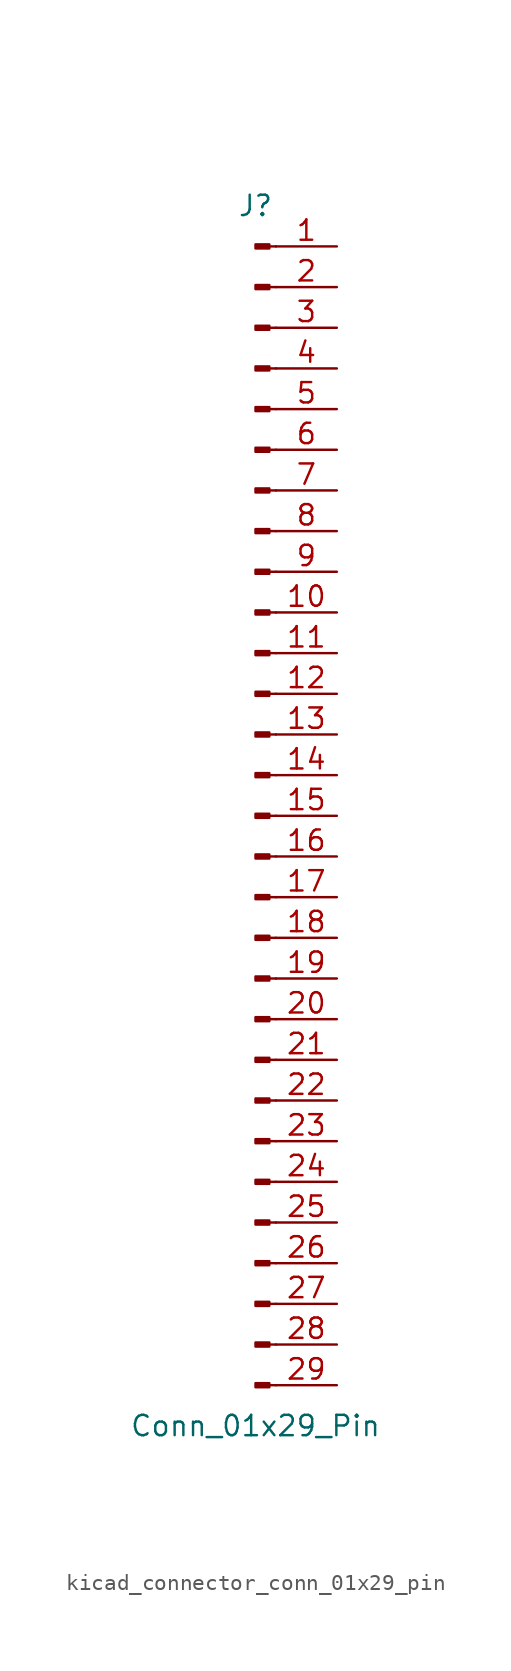
<source format=kicad_sym>
(kicad_symbol_lib
  (version 20220914)
  (generator kicad_symbol_editor)
  (symbol "kicad_connector_conn_01x29_pin"
    (pin_names
      (offset 1.016) hide)
    (property "Reference" "J"
      (at 0 38.1 0)
      (effects (font (size 1.27 1.27))))
    (property "Value" "Conn_01x29_Pin"
      (at 0 -38.1 0)
      (effects (font (size 1.27 1.27))))
    (property "ki_locked" ""
      (at 0 0 0)
      (effects (font (size 1.27 1.27))))
    (symbol "kicad_connector_conn_01x29_pin_1_1"
      (polyline (pts (xy 1.27 -35.56) (xy 0.864 -35.56)) (stroke (width 0.152) (type default)) (fill (type none)))
      (polyline (pts (xy 1.27 -33.02) (xy 0.864 -33.02)) (stroke (width 0.152) (type default)) (fill (type none)))
      (polyline (pts (xy 1.27 -30.48) (xy 0.864 -30.48)) (stroke (width 0.152) (type default)) (fill (type none)))
      (polyline (pts (xy 1.27 -27.94) (xy 0.864 -27.94)) (stroke (width 0.152) (type default)) (fill (type none)))
      (polyline (pts (xy 1.27 -25.4) (xy 0.864 -25.4)) (stroke (width 0.152) (type default)) (fill (type none)))
      (polyline (pts (xy 1.27 -22.86) (xy 0.864 -22.86)) (stroke (width 0.152) (type default)) (fill (type none)))
      (polyline (pts (xy 1.27 -20.32) (xy 0.864 -20.32)) (stroke (width 0.152) (type default)) (fill (type none)))
      (polyline (pts (xy 1.27 -17.78) (xy 0.864 -17.78)) (stroke (width 0.152) (type default)) (fill (type none)))
      (polyline (pts (xy 1.27 -15.24) (xy 0.864 -15.24)) (stroke (width 0.152) (type default)) (fill (type none)))
      (polyline (pts (xy 1.27 -12.7) (xy 0.864 -12.7)) (stroke (width 0.152) (type default)) (fill (type none)))
      (polyline (pts (xy 1.27 -10.16) (xy 0.864 -10.16)) (stroke (width 0.152) (type default)) (fill (type none)))
      (polyline (pts (xy 1.27 -7.62) (xy 0.864 -7.62)) (stroke (width 0.152) (type default)) (fill (type none)))
      (polyline (pts (xy 1.27 -5.08) (xy 0.864 -5.08)) (stroke (width 0.152) (type default)) (fill (type none)))
      (polyline (pts (xy 1.27 -2.54) (xy 0.864 -2.54)) (stroke (width 0.152) (type default)) (fill (type none)))
      (polyline (pts (xy 1.27 0) (xy 0.864 0)) (stroke (width 0.152) (type default)) (fill (type none)))
      (polyline (pts (xy 1.27 2.54) (xy 0.864 2.54)) (stroke (width 0.152) (type default)) (fill (type none)))
      (polyline (pts (xy 1.27 5.08) (xy 0.864 5.08)) (stroke (width 0.152) (type default)) (fill (type none)))
      (polyline (pts (xy 1.27 7.62) (xy 0.864 7.62)) (stroke (width 0.152) (type default)) (fill (type none)))
      (polyline (pts (xy 1.27 10.16) (xy 0.864 10.16)) (stroke (width 0.152) (type default)) (fill (type none)))
      (polyline (pts (xy 1.27 12.7) (xy 0.864 12.7)) (stroke (width 0.152) (type default)) (fill (type none)))
      (polyline (pts (xy 1.27 15.24) (xy 0.864 15.24)) (stroke (width 0.152) (type default)) (fill (type none)))
      (polyline (pts (xy 1.27 17.78) (xy 0.864 17.78)) (stroke (width 0.152) (type default)) (fill (type none)))
      (polyline (pts (xy 1.27 20.32) (xy 0.864 20.32)) (stroke (width 0.152) (type default)) (fill (type none)))
      (polyline (pts (xy 1.27 22.86) (xy 0.864 22.86)) (stroke (width 0.152) (type default)) (fill (type none)))
      (polyline (pts (xy 1.27 25.4) (xy 0.864 25.4)) (stroke (width 0.152) (type default)) (fill (type none)))
      (polyline (pts (xy 1.27 27.94) (xy 0.864 27.94)) (stroke (width 0.152) (type default)) (fill (type none)))
      (polyline (pts (xy 1.27 30.48) (xy 0.864 30.48)) (stroke (width 0.152) (type default)) (fill (type none)))
      (polyline (pts (xy 1.27 33.02) (xy 0.864 33.02)) (stroke (width 0.152) (type default)) (fill (type none)))
      (polyline (pts (xy 1.27 35.56) (xy 0.864 35.56)) (stroke (width 0.152) (type default)) (fill (type none)))
      (rectangle (start 0.864 -35.433) (end 0 -35.687) (stroke (width 0.152) (type default)) (fill (type outline)))
      (rectangle (start 0.864 -32.893) (end 0 -33.147) (stroke (width 0.152) (type default)) (fill (type outline)))
      (rectangle (start 0.864 -30.353) (end 0 -30.607) (stroke (width 0.152) (type default)) (fill (type outline)))
      (rectangle (start 0.864 -27.813) (end 0 -28.067) (stroke (width 0.152) (type default)) (fill (type outline)))
      (rectangle (start 0.864 -25.273) (end 0 -25.527) (stroke (width 0.152) (type default)) (fill (type outline)))
      (rectangle (start 0.864 -22.733) (end 0 -22.987) (stroke (width 0.152) (type default)) (fill (type outline)))
      (rectangle (start 0.864 -20.193) (end 0 -20.447) (stroke (width 0.152) (type default)) (fill (type outline)))
      (rectangle (start 0.864 -17.653) (end 0 -17.907) (stroke (width 0.152) (type default)) (fill (type outline)))
      (rectangle (start 0.864 -15.113) (end 0 -15.367) (stroke (width 0.152) (type default)) (fill (type outline)))
      (rectangle (start 0.864 -12.573) (end 0 -12.827) (stroke (width 0.152) (type default)) (fill (type outline)))
      (rectangle (start 0.864 -10.033) (end 0 -10.287) (stroke (width 0.152) (type default)) (fill (type outline)))
      (rectangle (start 0.864 -7.493) (end 0 -7.747) (stroke (width 0.152) (type default)) (fill (type outline)))
      (rectangle (start 0.864 -4.953) (end 0 -5.207) (stroke (width 0.152) (type default)) (fill (type outline)))
      (rectangle (start 0.864 -2.413) (end 0 -2.667) (stroke (width 0.152) (type default)) (fill (type outline)))
      (rectangle (start 0.864 0.127) (end 0 -0.127) (stroke (width 0.152) (type default)) (fill (type outline)))
      (rectangle (start 0.864 2.667) (end 0 2.413) (stroke (width 0.152) (type default)) (fill (type outline)))
      (rectangle (start 0.864 5.207) (end 0 4.953) (stroke (width 0.152) (type default)) (fill (type outline)))
      (rectangle (start 0.864 7.747) (end 0 7.493) (stroke (width 0.152) (type default)) (fill (type outline)))
      (rectangle (start 0.864 10.287) (end 0 10.033) (stroke (width 0.152) (type default)) (fill (type outline)))
      (rectangle (start 0.864 12.827) (end 0 12.573) (stroke (width 0.152) (type default)) (fill (type outline)))
      (rectangle (start 0.864 15.367) (end 0 15.113) (stroke (width 0.152) (type default)) (fill (type outline)))
      (rectangle (start 0.864 17.907) (end 0 17.653) (stroke (width 0.152) (type default)) (fill (type outline)))
      (rectangle (start 0.864 20.447) (end 0 20.193) (stroke (width 0.152) (type default)) (fill (type outline)))
      (rectangle (start 0.864 22.987) (end 0 22.733) (stroke (width 0.152) (type default)) (fill (type outline)))
      (rectangle (start 0.864 25.527) (end 0 25.273) (stroke (width 0.152) (type default)) (fill (type outline)))
      (rectangle (start 0.864 28.067) (end 0 27.813) (stroke (width 0.152) (type default)) (fill (type outline)))
      (rectangle (start 0.864 30.607) (end 0 30.353) (stroke (width 0.152) (type default)) (fill (type outline)))
      (rectangle (start 0.864 33.147) (end 0 32.893) (stroke (width 0.152) (type default)) (fill (type outline)))
      (rectangle (start 0.864 35.687) (end 0 35.433) (stroke (width 0.152) (type default)) (fill (type outline)))
      (pin passive line (at 5.08 35.56 180) (length 3.81) (name "Pin_1" (effects (font (size 1.27 1.27)))) (number "1" (effects (font (size 1.27 1.27)))))
      (pin passive line (at 5.08 12.7 180) (length 3.81) (name "Pin_10" (effects (font (size 1.27 1.27)))) (number "10" (effects (font (size 1.27 1.27)))))
      (pin passive line (at 5.08 10.16 180) (length 3.81) (name "Pin_11" (effects (font (size 1.27 1.27)))) (number "11" (effects (font (size 1.27 1.27)))))
      (pin passive line (at 5.08 7.62 180) (length 3.81) (name "Pin_12" (effects (font (size 1.27 1.27)))) (number "12" (effects (font (size 1.27 1.27)))))
      (pin passive line (at 5.08 5.08 180) (length 3.81) (name "Pin_13" (effects (font (size 1.27 1.27)))) (number "13" (effects (font (size 1.27 1.27)))))
      (pin passive line (at 5.08 2.54 180) (length 3.81) (name "Pin_14" (effects (font (size 1.27 1.27)))) (number "14" (effects (font (size 1.27 1.27)))))
      (pin passive line (at 5.08 0 180) (length 3.81) (name "Pin_15" (effects (font (size 1.27 1.27)))) (number "15" (effects (font (size 1.27 1.27)))))
      (pin passive line (at 5.08 -2.54 180) (length 3.81) (name "Pin_16" (effects (font (size 1.27 1.27)))) (number "16" (effects (font (size 1.27 1.27)))))
      (pin passive line (at 5.08 -5.08 180) (length 3.81) (name "Pin_17" (effects (font (size 1.27 1.27)))) (number "17" (effects (font (size 1.27 1.27)))))
      (pin passive line (at 5.08 -7.62 180) (length 3.81) (name "Pin_18" (effects (font (size 1.27 1.27)))) (number "18" (effects (font (size 1.27 1.27)))))
      (pin passive line (at 5.08 -10.16 180) (length 3.81) (name "Pin_19" (effects (font (size 1.27 1.27)))) (number "19" (effects (font (size 1.27 1.27)))))
      (pin passive line (at 5.08 33.02 180) (length 3.81) (name "Pin_2" (effects (font (size 1.27 1.27)))) (number "2" (effects (font (size 1.27 1.27)))))
      (pin passive line (at 5.08 -12.7 180) (length 3.81) (name "Pin_20" (effects (font (size 1.27 1.27)))) (number "20" (effects (font (size 1.27 1.27)))))
      (pin passive line (at 5.08 -15.24 180) (length 3.81) (name "Pin_21" (effects (font (size 1.27 1.27)))) (number "21" (effects (font (size 1.27 1.27)))))
      (pin passive line (at 5.08 -17.78 180) (length 3.81) (name "Pin_22" (effects (font (size 1.27 1.27)))) (number "22" (effects (font (size 1.27 1.27)))))
      (pin passive line (at 5.08 -20.32 180) (length 3.81) (name "Pin_23" (effects (font (size 1.27 1.27)))) (number "23" (effects (font (size 1.27 1.27)))))
      (pin passive line (at 5.08 -22.86 180) (length 3.81) (name "Pin_24" (effects (font (size 1.27 1.27)))) (number "24" (effects (font (size 1.27 1.27)))))
      (pin passive line (at 5.08 -25.4 180) (length 3.81) (name "Pin_25" (effects (font (size 1.27 1.27)))) (number "25" (effects (font (size 1.27 1.27)))))
      (pin passive line (at 5.08 -27.94 180) (length 3.81) (name "Pin_26" (effects (font (size 1.27 1.27)))) (number "26" (effects (font (size 1.27 1.27)))))
      (pin passive line (at 5.08 -30.48 180) (length 3.81) (name "Pin_27" (effects (font (size 1.27 1.27)))) (number "27" (effects (font (size 1.27 1.27)))))
      (pin passive line (at 5.08 -33.02 180) (length 3.81) (name "Pin_28" (effects (font (size 1.27 1.27)))) (number "28" (effects (font (size 1.27 1.27)))))
      (pin passive line (at 5.08 -35.56 180) (length 3.81) (name "Pin_29" (effects (font (size 1.27 1.27)))) (number "29" (effects (font (size 1.27 1.27)))))
      (pin passive line (at 5.08 30.48 180) (length 3.81) (name "Pin_3" (effects (font (size 1.27 1.27)))) (number "3" (effects (font (size 1.27 1.27)))))
      (pin passive line (at 5.08 27.94 180) (length 3.81) (name "Pin_4" (effects (font (size 1.27 1.27)))) (number "4" (effects (font (size 1.27 1.27)))))
      (pin passive line (at 5.08 25.4 180) (length 3.81) (name "Pin_5" (effects (font (size 1.27 1.27)))) (number "5" (effects (font (size 1.27 1.27)))))
      (pin passive line (at 5.08 22.86 180) (length 3.81) (name "Pin_6" (effects (font (size 1.27 1.27)))) (number "6" (effects (font (size 1.27 1.27)))))
      (pin passive line (at 5.08 20.32 180) (length 3.81) (name "Pin_7" (effects (font (size 1.27 1.27)))) (number "7" (effects (font (size 1.27 1.27)))))
      (pin passive line (at 5.08 17.78 180) (length 3.81) (name "Pin_8" (effects (font (size 1.27 1.27)))) (number "8" (effects (font (size 1.27 1.27)))))
      (pin passive line (at 5.08 15.24 180) (length 3.81) (name "Pin_9" (effects (font (size 1.27 1.27)))) (number "9" (effects (font (size 1.27 1.27))))))))
</source>
